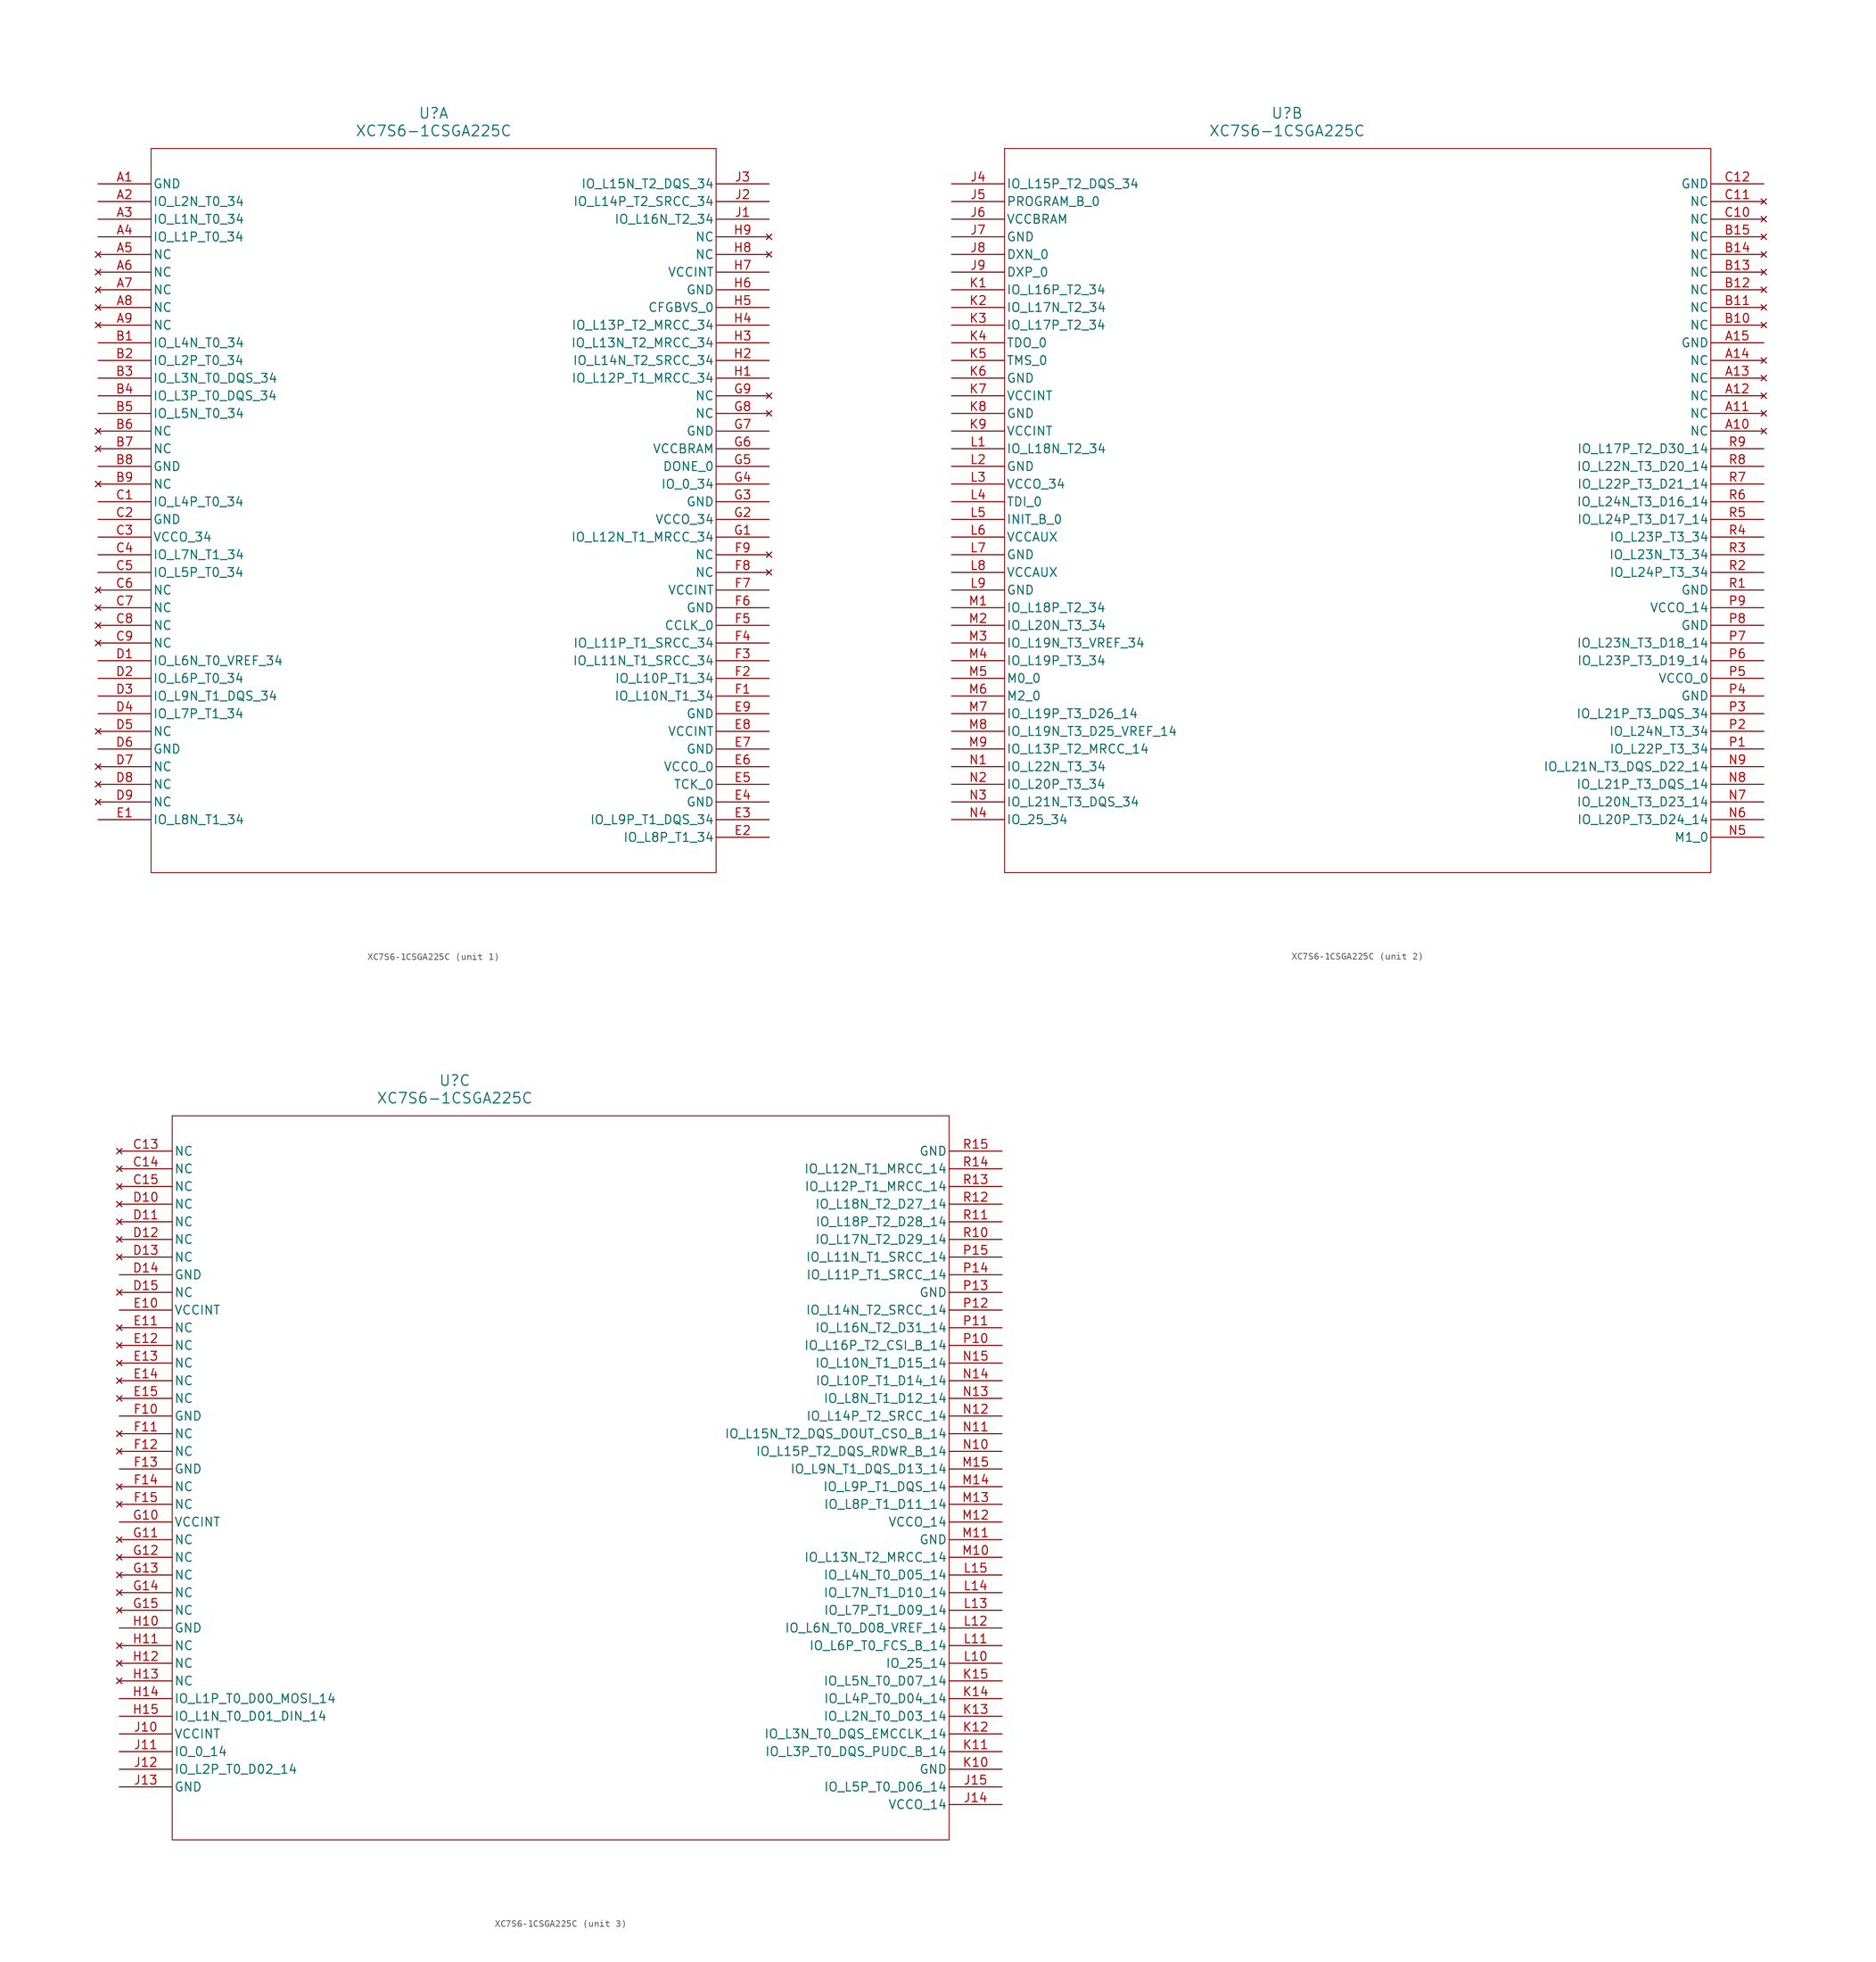
<source format=kicad_sym>
(kicad_symbol_lib
  (version 20211014)
  (generator kicad_symbol_editor)
  (symbol "XC7S6-1CSGA225C"
    (pin_names
      (offset 0.254))
    (property "Reference" "U"
      (at 48.26 10.16 0)
      (effects (font (size 1.524 1.524))))
    (property "Value" "XC7S6-1CSGA225C"
      (at 48.26 7.62 0)
      (effects (font (size 1.524 1.524))))
    (symbol "XC7S6-1CSGA225C_1_1"
      (polyline (pts (xy 7.62 5.08) (xy 7.62 -99.06)) (stroke (width 0.127) (type default) (color 0 0 0 0)) (fill (type none)))
      (polyline (pts (xy 7.62 -99.06) (xy 88.9 -99.06)) (stroke (width 0.127) (type default) (color 0 0 0 0)) (fill (type none)))
      (polyline (pts (xy 88.9 -99.06) (xy 88.9 5.08)) (stroke (width 0.127) (type default) (color 0 0 0 0)) (fill (type none)))
      (polyline (pts (xy 88.9 5.08) (xy 7.62 5.08)) (stroke (width 0.127) (type default) (color 0 0 0 0)) (fill (type none)))
      (pin power_out line (at 0 0 0) (length 7.62) (name "GND" (effects (font (size 1.27 1.27)))) (number "A1" (effects (font (size 1.27 1.27)))))
      (pin bidirectional line (at 0 -2.54 0) (length 7.62) (name "IO_L2N_T0_34" (effects (font (size 1.27 1.27)))) (number "A2" (effects (font (size 1.27 1.27)))))
      (pin bidirectional line (at 0 -5.08 0) (length 7.62) (name "IO_L1N_T0_34" (effects (font (size 1.27 1.27)))) (number "A3" (effects (font (size 1.27 1.27)))))
      (pin bidirectional line (at 0 -7.62 0) (length 7.62) (name "IO_L1P_T0_34" (effects (font (size 1.27 1.27)))) (number "A4" (effects (font (size 1.27 1.27)))))
      (pin no_connect line (at 0 -10.16 0) (length 7.62) (name "NC" (effects (font (size 1.27 1.27)))) (number "A5" (effects (font (size 1.27 1.27)))))
      (pin no_connect line (at 0 -12.7 0) (length 7.62) (name "NC" (effects (font (size 1.27 1.27)))) (number "A6" (effects (font (size 1.27 1.27)))))
      (pin no_connect line (at 0 -15.24 0) (length 7.62) (name "NC" (effects (font (size 1.27 1.27)))) (number "A7" (effects (font (size 1.27 1.27)))))
      (pin no_connect line (at 0 -17.78 0) (length 7.62) (name "NC" (effects (font (size 1.27 1.27)))) (number "A8" (effects (font (size 1.27 1.27)))))
      (pin no_connect line (at 0 -20.32 0) (length 7.62) (name "NC" (effects (font (size 1.27 1.27)))) (number "A9" (effects (font (size 1.27 1.27)))))
      (pin bidirectional line (at 0 -22.86 0) (length 7.62) (name "IO_L4N_T0_34" (effects (font (size 1.27 1.27)))) (number "B1" (effects (font (size 1.27 1.27)))))
      (pin bidirectional line (at 0 -25.4 0) (length 7.62) (name "IO_L2P_T0_34" (effects (font (size 1.27 1.27)))) (number "B2" (effects (font (size 1.27 1.27)))))
      (pin bidirectional line (at 0 -27.94 0) (length 7.62) (name "IO_L3N_T0_DQS_34" (effects (font (size 1.27 1.27)))) (number "B3" (effects (font (size 1.27 1.27)))))
      (pin bidirectional line (at 0 -30.48 0) (length 7.62) (name "IO_L3P_T0_DQS_34" (effects (font (size 1.27 1.27)))) (number "B4" (effects (font (size 1.27 1.27)))))
      (pin bidirectional line (at 0 -33.02 0) (length 7.62) (name "IO_L5N_T0_34" (effects (font (size 1.27 1.27)))) (number "B5" (effects (font (size 1.27 1.27)))))
      (pin no_connect line (at 0 -35.56 0) (length 7.62) (name "NC" (effects (font (size 1.27 1.27)))) (number "B6" (effects (font (size 1.27 1.27)))))
      (pin no_connect line (at 0 -38.1 0) (length 7.62) (name "NC" (effects (font (size 1.27 1.27)))) (number "B7" (effects (font (size 1.27 1.27)))))
      (pin power_out line (at 0 -40.64 0) (length 7.62) (name "GND" (effects (font (size 1.27 1.27)))) (number "B8" (effects (font (size 1.27 1.27)))))
      (pin no_connect line (at 0 -43.18 0) (length 7.62) (name "NC" (effects (font (size 1.27 1.27)))) (number "B9" (effects (font (size 1.27 1.27)))))
      (pin bidirectional line (at 0 -45.72 0) (length 7.62) (name "IO_L4P_T0_34" (effects (font (size 1.27 1.27)))) (number "C1" (effects (font (size 1.27 1.27)))))
      (pin power_out line (at 0 -48.26 0) (length 7.62) (name "GND" (effects (font (size 1.27 1.27)))) (number "C2" (effects (font (size 1.27 1.27)))))
      (pin power_in line (at 0 -50.8 0) (length 7.62) (name "VCCO_34" (effects (font (size 1.27 1.27)))) (number "C3" (effects (font (size 1.27 1.27)))))
      (pin bidirectional line (at 0 -53.34 0) (length 7.62) (name "IO_L7N_T1_34" (effects (font (size 1.27 1.27)))) (number "C4" (effects (font (size 1.27 1.27)))))
      (pin bidirectional line (at 0 -55.88 0) (length 7.62) (name "IO_L5P_T0_34" (effects (font (size 1.27 1.27)))) (number "C5" (effects (font (size 1.27 1.27)))))
      (pin no_connect line (at 0 -58.42 0) (length 7.62) (name "NC" (effects (font (size 1.27 1.27)))) (number "C6" (effects (font (size 1.27 1.27)))))
      (pin no_connect line (at 0 -60.96 0) (length 7.62) (name "NC" (effects (font (size 1.27 1.27)))) (number "C7" (effects (font (size 1.27 1.27)))))
      (pin no_connect line (at 0 -63.5 0) (length 7.62) (name "NC" (effects (font (size 1.27 1.27)))) (number "C8" (effects (font (size 1.27 1.27)))))
      (pin no_connect line (at 0 -66.04 0) (length 7.62) (name "NC" (effects (font (size 1.27 1.27)))) (number "C9" (effects (font (size 1.27 1.27)))))
      (pin bidirectional line (at 0 -68.58 0) (length 7.62) (name "IO_L6N_T0_VREF_34" (effects (font (size 1.27 1.27)))) (number "D1" (effects (font (size 1.27 1.27)))))
      (pin bidirectional line (at 0 -71.12 0) (length 7.62) (name "IO_L6P_T0_34" (effects (font (size 1.27 1.27)))) (number "D2" (effects (font (size 1.27 1.27)))))
      (pin bidirectional line (at 0 -73.66 0) (length 7.62) (name "IO_L9N_T1_DQS_34" (effects (font (size 1.27 1.27)))) (number "D3" (effects (font (size 1.27 1.27)))))
      (pin bidirectional line (at 0 -76.2 0) (length 7.62) (name "IO_L7P_T1_34" (effects (font (size 1.27 1.27)))) (number "D4" (effects (font (size 1.27 1.27)))))
      (pin no_connect line (at 0 -78.74 0) (length 7.62) (name "NC" (effects (font (size 1.27 1.27)))) (number "D5" (effects (font (size 1.27 1.27)))))
      (pin power_out line (at 0 -81.28 0) (length 7.62) (name "GND" (effects (font (size 1.27 1.27)))) (number "D6" (effects (font (size 1.27 1.27)))))
      (pin no_connect line (at 0 -83.82 0) (length 7.62) (name "NC" (effects (font (size 1.27 1.27)))) (number "D7" (effects (font (size 1.27 1.27)))))
      (pin no_connect line (at 0 -86.36 0) (length 7.62) (name "NC" (effects (font (size 1.27 1.27)))) (number "D8" (effects (font (size 1.27 1.27)))))
      (pin no_connect line (at 0 -88.9 0) (length 7.62) (name "NC" (effects (font (size 1.27 1.27)))) (number "D9" (effects (font (size 1.27 1.27)))))
      (pin bidirectional line (at 0 -91.44 0) (length 7.62) (name "IO_L8N_T1_34" (effects (font (size 1.27 1.27)))) (number "E1" (effects (font (size 1.27 1.27)))))
      (pin bidirectional line (at 96.52 -93.98 180) (length 7.62) (name "IO_L8P_T1_34" (effects (font (size 1.27 1.27)))) (number "E2" (effects (font (size 1.27 1.27)))))
      (pin bidirectional line (at 96.52 -91.44 180) (length 7.62) (name "IO_L9P_T1_DQS_34" (effects (font (size 1.27 1.27)))) (number "E3" (effects (font (size 1.27 1.27)))))
      (pin power_out line (at 96.52 -88.9 180) (length 7.62) (name "GND" (effects (font (size 1.27 1.27)))) (number "E4" (effects (font (size 1.27 1.27)))))
      (pin input line (at 96.52 -86.36 180) (length 7.62) (name "TCK_0" (effects (font (size 1.27 1.27)))) (number "E5" (effects (font (size 1.27 1.27)))))
      (pin power_in line (at 96.52 -83.82 180) (length 7.62) (name "VCCO_0" (effects (font (size 1.27 1.27)))) (number "E6" (effects (font (size 1.27 1.27)))))
      (pin power_out line (at 96.52 -81.28 180) (length 7.62) (name "GND" (effects (font (size 1.27 1.27)))) (number "E7" (effects (font (size 1.27 1.27)))))
      (pin power_in line (at 96.52 -78.74 180) (length 7.62) (name "VCCINT" (effects (font (size 1.27 1.27)))) (number "E8" (effects (font (size 1.27 1.27)))))
      (pin power_out line (at 96.52 -76.2 180) (length 7.62) (name "GND" (effects (font (size 1.27 1.27)))) (number "E9" (effects (font (size 1.27 1.27)))))
      (pin bidirectional line (at 96.52 -73.66 180) (length 7.62) (name "IO_L10N_T1_34" (effects (font (size 1.27 1.27)))) (number "F1" (effects (font (size 1.27 1.27)))))
      (pin bidirectional line (at 96.52 -71.12 180) (length 7.62) (name "IO_L10P_T1_34" (effects (font (size 1.27 1.27)))) (number "F2" (effects (font (size 1.27 1.27)))))
      (pin bidirectional line (at 96.52 -68.58 180) (length 7.62) (name "IO_L11N_T1_SRCC_34" (effects (font (size 1.27 1.27)))) (number "F3" (effects (font (size 1.27 1.27)))))
      (pin bidirectional line (at 96.52 -66.04 180) (length 7.62) (name "IO_L11P_T1_SRCC_34" (effects (font (size 1.27 1.27)))) (number "F4" (effects (font (size 1.27 1.27)))))
      (pin bidirectional line (at 96.52 -63.5 180) (length 7.62) (name "CCLK_0" (effects (font (size 1.27 1.27)))) (number "F5" (effects (font (size 1.27 1.27)))))
      (pin power_out line (at 96.52 -60.96 180) (length 7.62) (name "GND" (effects (font (size 1.27 1.27)))) (number "F6" (effects (font (size 1.27 1.27)))))
      (pin power_in line (at 96.52 -58.42 180) (length 7.62) (name "VCCINT" (effects (font (size 1.27 1.27)))) (number "F7" (effects (font (size 1.27 1.27)))))
      (pin no_connect line (at 96.52 -55.88 180) (length 7.62) (name "NC" (effects (font (size 1.27 1.27)))) (number "F8" (effects (font (size 1.27 1.27)))))
      (pin no_connect line (at 96.52 -53.34 180) (length 7.62) (name "NC" (effects (font (size 1.27 1.27)))) (number "F9" (effects (font (size 1.27 1.27)))))
      (pin bidirectional line (at 96.52 -50.8 180) (length 7.62) (name "IO_L12N_T1_MRCC_34" (effects (font (size 1.27 1.27)))) (number "G1" (effects (font (size 1.27 1.27)))))
      (pin power_in line (at 96.52 -48.26 180) (length 7.62) (name "VCCO_34" (effects (font (size 1.27 1.27)))) (number "G2" (effects (font (size 1.27 1.27)))))
      (pin power_out line (at 96.52 -45.72 180) (length 7.62) (name "GND" (effects (font (size 1.27 1.27)))) (number "G3" (effects (font (size 1.27 1.27)))))
      (pin bidirectional line (at 96.52 -43.18 180) (length 7.62) (name "IO_0_34" (effects (font (size 1.27 1.27)))) (number "G4" (effects (font (size 1.27 1.27)))))
      (pin bidirectional line (at 96.52 -40.64 180) (length 7.62) (name "DONE_0" (effects (font (size 1.27 1.27)))) (number "G5" (effects (font (size 1.27 1.27)))))
      (pin power_in line (at 96.52 -38.1 180) (length 7.62) (name "VCCBRAM" (effects (font (size 1.27 1.27)))) (number "G6" (effects (font (size 1.27 1.27)))))
      (pin power_out line (at 96.52 -35.56 180) (length 7.62) (name "GND" (effects (font (size 1.27 1.27)))) (number "G7" (effects (font (size 1.27 1.27)))))
      (pin no_connect line (at 96.52 -33.02 180) (length 7.62) (name "NC" (effects (font (size 1.27 1.27)))) (number "G8" (effects (font (size 1.27 1.27)))))
      (pin no_connect line (at 96.52 -30.48 180) (length 7.62) (name "NC" (effects (font (size 1.27 1.27)))) (number "G9" (effects (font (size 1.27 1.27)))))
      (pin bidirectional line (at 96.52 -27.94 180) (length 7.62) (name "IO_L12P_T1_MRCC_34" (effects (font (size 1.27 1.27)))) (number "H1" (effects (font (size 1.27 1.27)))))
      (pin bidirectional line (at 96.52 -25.4 180) (length 7.62) (name "IO_L14N_T2_SRCC_34" (effects (font (size 1.27 1.27)))) (number "H2" (effects (font (size 1.27 1.27)))))
      (pin bidirectional line (at 96.52 -22.86 180) (length 7.62) (name "IO_L13N_T2_MRCC_34" (effects (font (size 1.27 1.27)))) (number "H3" (effects (font (size 1.27 1.27)))))
      (pin bidirectional line (at 96.52 -20.32 180) (length 7.62) (name "IO_L13P_T2_MRCC_34" (effects (font (size 1.27 1.27)))) (number "H4" (effects (font (size 1.27 1.27)))))
      (pin input line (at 96.52 -17.78 180) (length 7.62) (name "CFGBVS_0" (effects (font (size 1.27 1.27)))) (number "H5" (effects (font (size 1.27 1.27)))))
      (pin power_out line (at 96.52 -15.24 180) (length 7.62) (name "GND" (effects (font (size 1.27 1.27)))) (number "H6" (effects (font (size 1.27 1.27)))))
      (pin power_in line (at 96.52 -12.7 180) (length 7.62) (name "VCCINT" (effects (font (size 1.27 1.27)))) (number "H7" (effects (font (size 1.27 1.27)))))
      (pin no_connect line (at 96.52 -10.16 180) (length 7.62) (name "NC" (effects (font (size 1.27 1.27)))) (number "H8" (effects (font (size 1.27 1.27)))))
      (pin no_connect line (at 96.52 -7.62 180) (length 7.62) (name "NC" (effects (font (size 1.27 1.27)))) (number "H9" (effects (font (size 1.27 1.27)))))
      (pin bidirectional line (at 96.52 -5.08 180) (length 7.62) (name "IO_L16N_T2_34" (effects (font (size 1.27 1.27)))) (number "J1" (effects (font (size 1.27 1.27)))))
      (pin bidirectional line (at 96.52 -2.54 180) (length 7.62) (name "IO_L14P_T2_SRCC_34" (effects (font (size 1.27 1.27)))) (number "J2" (effects (font (size 1.27 1.27)))))
      (pin bidirectional line (at 96.52 0 180) (length 7.62) (name "IO_L15N_T2_DQS_34" (effects (font (size 1.27 1.27)))) (number "J3" (effects (font (size 1.27 1.27))))))
    (symbol "XC7S6-1CSGA225C_2_1"
      (polyline (pts (xy 7.62 5.08) (xy 7.62 -99.06)) (stroke (width 0.127) (type default) (color 0 0 0 0)) (fill (type none)))
      (polyline (pts (xy 7.62 -99.06) (xy 109.22 -99.06)) (stroke (width 0.127) (type default) (color 0 0 0 0)) (fill (type none)))
      (polyline (pts (xy 109.22 -99.06) (xy 109.22 5.08)) (stroke (width 0.127) (type default) (color 0 0 0 0)) (fill (type none)))
      (polyline (pts (xy 109.22 5.08) (xy 7.62 5.08)) (stroke (width 0.127) (type default) (color 0 0 0 0)) (fill (type none)))
      (pin bidirectional line (at 0 0 0) (length 7.62) (name "IO_L15P_T2_DQS_34" (effects (font (size 1.27 1.27)))) (number "J4" (effects (font (size 1.27 1.27)))))
      (pin input line (at 0 -2.54 0) (length 7.62) (name "PROGRAM_B_0" (effects (font (size 1.27 1.27)))) (number "J5" (effects (font (size 1.27 1.27)))))
      (pin power_in line (at 0 -5.08 0) (length 7.62) (name "VCCBRAM" (effects (font (size 1.27 1.27)))) (number "J6" (effects (font (size 1.27 1.27)))))
      (pin power_out line (at 0 -7.62 0) (length 7.62) (name "GND" (effects (font (size 1.27 1.27)))) (number "J7" (effects (font (size 1.27 1.27)))))
      (pin unspecified line (at 0 -10.16 0) (length 7.62) (name "DXN_0" (effects (font (size 1.27 1.27)))) (number "J8" (effects (font (size 1.27 1.27)))))
      (pin unspecified line (at 0 -12.7 0) (length 7.62) (name "DXP_0" (effects (font (size 1.27 1.27)))) (number "J9" (effects (font (size 1.27 1.27)))))
      (pin bidirectional line (at 0 -15.24 0) (length 7.62) (name "IO_L16P_T2_34" (effects (font (size 1.27 1.27)))) (number "K1" (effects (font (size 1.27 1.27)))))
      (pin bidirectional line (at 0 -17.78 0) (length 7.62) (name "IO_L17N_T2_34" (effects (font (size 1.27 1.27)))) (number "K2" (effects (font (size 1.27 1.27)))))
      (pin bidirectional line (at 0 -20.32 0) (length 7.62) (name "IO_L17P_T2_34" (effects (font (size 1.27 1.27)))) (number "K3" (effects (font (size 1.27 1.27)))))
      (pin output line (at 0 -22.86 0) (length 7.62) (name "TDO_0" (effects (font (size 1.27 1.27)))) (number "K4" (effects (font (size 1.27 1.27)))))
      (pin input line (at 0 -25.4 0) (length 7.62) (name "TMS_0" (effects (font (size 1.27 1.27)))) (number "K5" (effects (font (size 1.27 1.27)))))
      (pin power_out line (at 0 -27.94 0) (length 7.62) (name "GND" (effects (font (size 1.27 1.27)))) (number "K6" (effects (font (size 1.27 1.27)))))
      (pin power_in line (at 0 -30.48 0) (length 7.62) (name "VCCINT" (effects (font (size 1.27 1.27)))) (number "K7" (effects (font (size 1.27 1.27)))))
      (pin power_out line (at 0 -33.02 0) (length 7.62) (name "GND" (effects (font (size 1.27 1.27)))) (number "K8" (effects (font (size 1.27 1.27)))))
      (pin power_in line (at 0 -35.56 0) (length 7.62) (name "VCCINT" (effects (font (size 1.27 1.27)))) (number "K9" (effects (font (size 1.27 1.27)))))
      (pin bidirectional line (at 0 -38.1 0) (length 7.62) (name "IO_L18N_T2_34" (effects (font (size 1.27 1.27)))) (number "L1" (effects (font (size 1.27 1.27)))))
      (pin power_out line (at 0 -40.64 0) (length 7.62) (name "GND" (effects (font (size 1.27 1.27)))) (number "L2" (effects (font (size 1.27 1.27)))))
      (pin power_in line (at 0 -43.18 0) (length 7.62) (name "VCCO_34" (effects (font (size 1.27 1.27)))) (number "L3" (effects (font (size 1.27 1.27)))))
      (pin input line (at 0 -45.72 0) (length 7.62) (name "TDI_0" (effects (font (size 1.27 1.27)))) (number "L4" (effects (font (size 1.27 1.27)))))
      (pin bidirectional line (at 0 -48.26 0) (length 7.62) (name "INIT_B_0" (effects (font (size 1.27 1.27)))) (number "L5" (effects (font (size 1.27 1.27)))))
      (pin power_in line (at 0 -50.8 0) (length 7.62) (name "VCCAUX" (effects (font (size 1.27 1.27)))) (number "L6" (effects (font (size 1.27 1.27)))))
      (pin power_out line (at 0 -53.34 0) (length 7.62) (name "GND" (effects (font (size 1.27 1.27)))) (number "L7" (effects (font (size 1.27 1.27)))))
      (pin power_in line (at 0 -55.88 0) (length 7.62) (name "VCCAUX" (effects (font (size 1.27 1.27)))) (number "L8" (effects (font (size 1.27 1.27)))))
      (pin power_out line (at 0 -58.42 0) (length 7.62) (name "GND" (effects (font (size 1.27 1.27)))) (number "L9" (effects (font (size 1.27 1.27)))))
      (pin bidirectional line (at 0 -60.96 0) (length 7.62) (name "IO_L18P_T2_34" (effects (font (size 1.27 1.27)))) (number "M1" (effects (font (size 1.27 1.27)))))
      (pin bidirectional line (at 0 -63.5 0) (length 7.62) (name "IO_L20N_T3_34" (effects (font (size 1.27 1.27)))) (number "M2" (effects (font (size 1.27 1.27)))))
      (pin bidirectional line (at 0 -66.04 0) (length 7.62) (name "IO_L19N_T3_VREF_34" (effects (font (size 1.27 1.27)))) (number "M3" (effects (font (size 1.27 1.27)))))
      (pin bidirectional line (at 0 -68.58 0) (length 7.62) (name "IO_L19P_T3_34" (effects (font (size 1.27 1.27)))) (number "M4" (effects (font (size 1.27 1.27)))))
      (pin input line (at 0 -71.12 0) (length 7.62) (name "M0_0" (effects (font (size 1.27 1.27)))) (number "M5" (effects (font (size 1.27 1.27)))))
      (pin input line (at 0 -73.66 0) (length 7.62) (name "M2_0" (effects (font (size 1.27 1.27)))) (number "M6" (effects (font (size 1.27 1.27)))))
      (pin bidirectional line (at 0 -76.2 0) (length 7.62) (name "IO_L19P_T3_D26_14" (effects (font (size 1.27 1.27)))) (number "M7" (effects (font (size 1.27 1.27)))))
      (pin bidirectional line (at 0 -78.74 0) (length 7.62) (name "IO_L19N_T3_D25_VREF_14" (effects (font (size 1.27 1.27)))) (number "M8" (effects (font (size 1.27 1.27)))))
      (pin bidirectional line (at 0 -81.28 0) (length 7.62) (name "IO_L13P_T2_MRCC_14" (effects (font (size 1.27 1.27)))) (number "M9" (effects (font (size 1.27 1.27)))))
      (pin bidirectional line (at 0 -83.82 0) (length 7.62) (name "IO_L22N_T3_34" (effects (font (size 1.27 1.27)))) (number "N1" (effects (font (size 1.27 1.27)))))
      (pin bidirectional line (at 0 -86.36 0) (length 7.62) (name "IO_L20P_T3_34" (effects (font (size 1.27 1.27)))) (number "N2" (effects (font (size 1.27 1.27)))))
      (pin bidirectional line (at 0 -88.9 0) (length 7.62) (name "IO_L21N_T3_DQS_34" (effects (font (size 1.27 1.27)))) (number "N3" (effects (font (size 1.27 1.27)))))
      (pin bidirectional line (at 0 -91.44 0) (length 7.62) (name "IO_25_34" (effects (font (size 1.27 1.27)))) (number "N4" (effects (font (size 1.27 1.27)))))
      (pin input line (at 116.84 -93.98 180) (length 7.62) (name "M1_0" (effects (font (size 1.27 1.27)))) (number "N5" (effects (font (size 1.27 1.27)))))
      (pin bidirectional line (at 116.84 -91.44 180) (length 7.62) (name "IO_L20P_T3_D24_14" (effects (font (size 1.27 1.27)))) (number "N6" (effects (font (size 1.27 1.27)))))
      (pin bidirectional line (at 116.84 -88.9 180) (length 7.62) (name "IO_L20N_T3_D23_14" (effects (font (size 1.27 1.27)))) (number "N7" (effects (font (size 1.27 1.27)))))
      (pin bidirectional line (at 116.84 -86.36 180) (length 7.62) (name "IO_L21P_T3_DQS_14" (effects (font (size 1.27 1.27)))) (number "N8" (effects (font (size 1.27 1.27)))))
      (pin bidirectional line (at 116.84 -83.82 180) (length 7.62) (name "IO_L21N_T3_DQS_D22_14" (effects (font (size 1.27 1.27)))) (number "N9" (effects (font (size 1.27 1.27)))))
      (pin bidirectional line (at 116.84 -81.28 180) (length 7.62) (name "IO_L22P_T3_34" (effects (font (size 1.27 1.27)))) (number "P1" (effects (font (size 1.27 1.27)))))
      (pin bidirectional line (at 116.84 -78.74 180) (length 7.62) (name "IO_L24N_T3_34" (effects (font (size 1.27 1.27)))) (number "P2" (effects (font (size 1.27 1.27)))))
      (pin bidirectional line (at 116.84 -76.2 180) (length 7.62) (name "IO_L21P_T3_DQS_34" (effects (font (size 1.27 1.27)))) (number "P3" (effects (font (size 1.27 1.27)))))
      (pin power_out line (at 116.84 -73.66 180) (length 7.62) (name "GND" (effects (font (size 1.27 1.27)))) (number "P4" (effects (font (size 1.27 1.27)))))
      (pin power_in line (at 116.84 -71.12 180) (length 7.62) (name "VCCO_0" (effects (font (size 1.27 1.27)))) (number "P5" (effects (font (size 1.27 1.27)))))
      (pin bidirectional line (at 116.84 -68.58 180) (length 7.62) (name "IO_L23P_T3_D19_14" (effects (font (size 1.27 1.27)))) (number "P6" (effects (font (size 1.27 1.27)))))
      (pin bidirectional line (at 116.84 -66.04 180) (length 7.62) (name "IO_L23N_T3_D18_14" (effects (font (size 1.27 1.27)))) (number "P7" (effects (font (size 1.27 1.27)))))
      (pin power_out line (at 116.84 -63.5 180) (length 7.62) (name "GND" (effects (font (size 1.27 1.27)))) (number "P8" (effects (font (size 1.27 1.27)))))
      (pin power_in line (at 116.84 -60.96 180) (length 7.62) (name "VCCO_14" (effects (font (size 1.27 1.27)))) (number "P9" (effects (font (size 1.27 1.27)))))
      (pin power_out line (at 116.84 -58.42 180) (length 7.62) (name "GND" (effects (font (size 1.27 1.27)))) (number "R1" (effects (font (size 1.27 1.27)))))
      (pin bidirectional line (at 116.84 -55.88 180) (length 7.62) (name "IO_L24P_T3_34" (effects (font (size 1.27 1.27)))) (number "R2" (effects (font (size 1.27 1.27)))))
      (pin bidirectional line (at 116.84 -53.34 180) (length 7.62) (name "IO_L23N_T3_34" (effects (font (size 1.27 1.27)))) (number "R3" (effects (font (size 1.27 1.27)))))
      (pin bidirectional line (at 116.84 -50.8 180) (length 7.62) (name "IO_L23P_T3_34" (effects (font (size 1.27 1.27)))) (number "R4" (effects (font (size 1.27 1.27)))))
      (pin bidirectional line (at 116.84 -48.26 180) (length 7.62) (name "IO_L24P_T3_D17_14" (effects (font (size 1.27 1.27)))) (number "R5" (effects (font (size 1.27 1.27)))))
      (pin bidirectional line (at 116.84 -45.72 180) (length 7.62) (name "IO_L24N_T3_D16_14" (effects (font (size 1.27 1.27)))) (number "R6" (effects (font (size 1.27 1.27)))))
      (pin bidirectional line (at 116.84 -43.18 180) (length 7.62) (name "IO_L22P_T3_D21_14" (effects (font (size 1.27 1.27)))) (number "R7" (effects (font (size 1.27 1.27)))))
      (pin bidirectional line (at 116.84 -40.64 180) (length 7.62) (name "IO_L22N_T3_D20_14" (effects (font (size 1.27 1.27)))) (number "R8" (effects (font (size 1.27 1.27)))))
      (pin bidirectional line (at 116.84 -38.1 180) (length 7.62) (name "IO_L17P_T2_D30_14" (effects (font (size 1.27 1.27)))) (number "R9" (effects (font (size 1.27 1.27)))))
      (pin no_connect line (at 116.84 -35.56 180) (length 7.62) (name "NC" (effects (font (size 1.27 1.27)))) (number "A10" (effects (font (size 1.27 1.27)))))
      (pin no_connect line (at 116.84 -33.02 180) (length 7.62) (name "NC" (effects (font (size 1.27 1.27)))) (number "A11" (effects (font (size 1.27 1.27)))))
      (pin no_connect line (at 116.84 -30.48 180) (length 7.62) (name "NC" (effects (font (size 1.27 1.27)))) (number "A12" (effects (font (size 1.27 1.27)))))
      (pin no_connect line (at 116.84 -27.94 180) (length 7.62) (name "NC" (effects (font (size 1.27 1.27)))) (number "A13" (effects (font (size 1.27 1.27)))))
      (pin no_connect line (at 116.84 -25.4 180) (length 7.62) (name "NC" (effects (font (size 1.27 1.27)))) (number "A14" (effects (font (size 1.27 1.27)))))
      (pin power_out line (at 116.84 -22.86 180) (length 7.62) (name "GND" (effects (font (size 1.27 1.27)))) (number "A15" (effects (font (size 1.27 1.27)))))
      (pin no_connect line (at 116.84 -20.32 180) (length 7.62) (name "NC" (effects (font (size 1.27 1.27)))) (number "B10" (effects (font (size 1.27 1.27)))))
      (pin no_connect line (at 116.84 -17.78 180) (length 7.62) (name "NC" (effects (font (size 1.27 1.27)))) (number "B11" (effects (font (size 1.27 1.27)))))
      (pin no_connect line (at 116.84 -15.24 180) (length 7.62) (name "NC" (effects (font (size 1.27 1.27)))) (number "B12" (effects (font (size 1.27 1.27)))))
      (pin no_connect line (at 116.84 -12.7 180) (length 7.62) (name "NC" (effects (font (size 1.27 1.27)))) (number "B13" (effects (font (size 1.27 1.27)))))
      (pin no_connect line (at 116.84 -10.16 180) (length 7.62) (name "NC" (effects (font (size 1.27 1.27)))) (number "B14" (effects (font (size 1.27 1.27)))))
      (pin no_connect line (at 116.84 -7.62 180) (length 7.62) (name "NC" (effects (font (size 1.27 1.27)))) (number "B15" (effects (font (size 1.27 1.27)))))
      (pin no_connect line (at 116.84 -5.08 180) (length 7.62) (name "NC" (effects (font (size 1.27 1.27)))) (number "C10" (effects (font (size 1.27 1.27)))))
      (pin no_connect line (at 116.84 -2.54 180) (length 7.62) (name "NC" (effects (font (size 1.27 1.27)))) (number "C11" (effects (font (size 1.27 1.27)))))
      (pin power_out line (at 116.84 0 180) (length 7.62) (name "GND" (effects (font (size 1.27 1.27)))) (number "C12" (effects (font (size 1.27 1.27))))))
    (symbol "XC7S6-1CSGA225C_3_1"
      (polyline (pts (xy 7.62 5.08) (xy 7.62 -99.06)) (stroke (width 0.127) (type default) (color 0 0 0 0)) (fill (type none)))
      (polyline (pts (xy 7.62 -99.06) (xy 119.38 -99.06)) (stroke (width 0.127) (type default) (color 0 0 0 0)) (fill (type none)))
      (polyline (pts (xy 119.38 -99.06) (xy 119.38 5.08)) (stroke (width 0.127) (type default) (color 0 0 0 0)) (fill (type none)))
      (polyline (pts (xy 119.38 5.08) (xy 7.62 5.08)) (stroke (width 0.127) (type default) (color 0 0 0 0)) (fill (type none)))
      (pin no_connect line (at 0 0 0) (length 7.62) (name "NC" (effects (font (size 1.27 1.27)))) (number "C13" (effects (font (size 1.27 1.27)))))
      (pin no_connect line (at 0 -2.54 0) (length 7.62) (name "NC" (effects (font (size 1.27 1.27)))) (number "C14" (effects (font (size 1.27 1.27)))))
      (pin no_connect line (at 0 -5.08 0) (length 7.62) (name "NC" (effects (font (size 1.27 1.27)))) (number "C15" (effects (font (size 1.27 1.27)))))
      (pin no_connect line (at 0 -7.62 0) (length 7.62) (name "NC" (effects (font (size 1.27 1.27)))) (number "D10" (effects (font (size 1.27 1.27)))))
      (pin no_connect line (at 0 -10.16 0) (length 7.62) (name "NC" (effects (font (size 1.27 1.27)))) (number "D11" (effects (font (size 1.27 1.27)))))
      (pin no_connect line (at 0 -12.7 0) (length 7.62) (name "NC" (effects (font (size 1.27 1.27)))) (number "D12" (effects (font (size 1.27 1.27)))))
      (pin no_connect line (at 0 -15.24 0) (length 7.62) (name "NC" (effects (font (size 1.27 1.27)))) (number "D13" (effects (font (size 1.27 1.27)))))
      (pin power_out line (at 0 -17.78 0) (length 7.62) (name "GND" (effects (font (size 1.27 1.27)))) (number "D14" (effects (font (size 1.27 1.27)))))
      (pin no_connect line (at 0 -20.32 0) (length 7.62) (name "NC" (effects (font (size 1.27 1.27)))) (number "D15" (effects (font (size 1.27 1.27)))))
      (pin power_in line (at 0 -22.86 0) (length 7.62) (name "VCCINT" (effects (font (size 1.27 1.27)))) (number "E10" (effects (font (size 1.27 1.27)))))
      (pin no_connect line (at 0 -25.4 0) (length 7.62) (name "NC" (effects (font (size 1.27 1.27)))) (number "E11" (effects (font (size 1.27 1.27)))))
      (pin no_connect line (at 0 -27.94 0) (length 7.62) (name "NC" (effects (font (size 1.27 1.27)))) (number "E12" (effects (font (size 1.27 1.27)))))
      (pin no_connect line (at 0 -30.48 0) (length 7.62) (name "NC" (effects (font (size 1.27 1.27)))) (number "E13" (effects (font (size 1.27 1.27)))))
      (pin no_connect line (at 0 -33.02 0) (length 7.62) (name "NC" (effects (font (size 1.27 1.27)))) (number "E14" (effects (font (size 1.27 1.27)))))
      (pin no_connect line (at 0 -35.56 0) (length 7.62) (name "NC" (effects (font (size 1.27 1.27)))) (number "E15" (effects (font (size 1.27 1.27)))))
      (pin power_out line (at 0 -38.1 0) (length 7.62) (name "GND" (effects (font (size 1.27 1.27)))) (number "F10" (effects (font (size 1.27 1.27)))))
      (pin no_connect line (at 0 -40.64 0) (length 7.62) (name "NC" (effects (font (size 1.27 1.27)))) (number "F11" (effects (font (size 1.27 1.27)))))
      (pin no_connect line (at 0 -43.18 0) (length 7.62) (name "NC" (effects (font (size 1.27 1.27)))) (number "F12" (effects (font (size 1.27 1.27)))))
      (pin power_out line (at 0 -45.72 0) (length 7.62) (name "GND" (effects (font (size 1.27 1.27)))) (number "F13" (effects (font (size 1.27 1.27)))))
      (pin no_connect line (at 0 -48.26 0) (length 7.62) (name "NC" (effects (font (size 1.27 1.27)))) (number "F14" (effects (font (size 1.27 1.27)))))
      (pin no_connect line (at 0 -50.8 0) (length 7.62) (name "NC" (effects (font (size 1.27 1.27)))) (number "F15" (effects (font (size 1.27 1.27)))))
      (pin power_in line (at 0 -53.34 0) (length 7.62) (name "VCCINT" (effects (font (size 1.27 1.27)))) (number "G10" (effects (font (size 1.27 1.27)))))
      (pin no_connect line (at 0 -55.88 0) (length 7.62) (name "NC" (effects (font (size 1.27 1.27)))) (number "G11" (effects (font (size 1.27 1.27)))))
      (pin no_connect line (at 0 -58.42 0) (length 7.62) (name "NC" (effects (font (size 1.27 1.27)))) (number "G12" (effects (font (size 1.27 1.27)))))
      (pin no_connect line (at 0 -60.96 0) (length 7.62) (name "NC" (effects (font (size 1.27 1.27)))) (number "G13" (effects (font (size 1.27 1.27)))))
      (pin no_connect line (at 0 -63.5 0) (length 7.62) (name "NC" (effects (font (size 1.27 1.27)))) (number "G14" (effects (font (size 1.27 1.27)))))
      (pin no_connect line (at 0 -66.04 0) (length 7.62) (name "NC" (effects (font (size 1.27 1.27)))) (number "G15" (effects (font (size 1.27 1.27)))))
      (pin power_out line (at 0 -68.58 0) (length 7.62) (name "GND" (effects (font (size 1.27 1.27)))) (number "H10" (effects (font (size 1.27 1.27)))))
      (pin no_connect line (at 0 -71.12 0) (length 7.62) (name "NC" (effects (font (size 1.27 1.27)))) (number "H11" (effects (font (size 1.27 1.27)))))
      (pin no_connect line (at 0 -73.66 0) (length 7.62) (name "NC" (effects (font (size 1.27 1.27)))) (number "H12" (effects (font (size 1.27 1.27)))))
      (pin no_connect line (at 0 -76.2 0) (length 7.62) (name "NC" (effects (font (size 1.27 1.27)))) (number "H13" (effects (font (size 1.27 1.27)))))
      (pin bidirectional line (at 0 -78.74 0) (length 7.62) (name "IO_L1P_T0_D00_MOSI_14" (effects (font (size 1.27 1.27)))) (number "H14" (effects (font (size 1.27 1.27)))))
      (pin bidirectional line (at 0 -81.28 0) (length 7.62) (name "IO_L1N_T0_D01_DIN_14" (effects (font (size 1.27 1.27)))) (number "H15" (effects (font (size 1.27 1.27)))))
      (pin power_in line (at 0 -83.82 0) (length 7.62) (name "VCCINT" (effects (font (size 1.27 1.27)))) (number "J10" (effects (font (size 1.27 1.27)))))
      (pin bidirectional line (at 0 -86.36 0) (length 7.62) (name "IO_0_14" (effects (font (size 1.27 1.27)))) (number "J11" (effects (font (size 1.27 1.27)))))
      (pin bidirectional line (at 0 -88.9 0) (length 7.62) (name "IO_L2P_T0_D02_14" (effects (font (size 1.27 1.27)))) (number "J12" (effects (font (size 1.27 1.27)))))
      (pin power_out line (at 0 -91.44 0) (length 7.62) (name "GND" (effects (font (size 1.27 1.27)))) (number "J13" (effects (font (size 1.27 1.27)))))
      (pin power_in line (at 127 -93.98 180) (length 7.62) (name "VCCO_14" (effects (font (size 1.27 1.27)))) (number "J14" (effects (font (size 1.27 1.27)))))
      (pin bidirectional line (at 127 -91.44 180) (length 7.62) (name "IO_L5P_T0_D06_14" (effects (font (size 1.27 1.27)))) (number "J15" (effects (font (size 1.27 1.27)))))
      (pin power_out line (at 127 -88.9 180) (length 7.62) (name "GND" (effects (font (size 1.27 1.27)))) (number "K10" (effects (font (size 1.27 1.27)))))
      (pin bidirectional line (at 127 -86.36 180) (length 7.62) (name "IO_L3P_T0_DQS_PUDC_B_14" (effects (font (size 1.27 1.27)))) (number "K11" (effects (font (size 1.27 1.27)))))
      (pin bidirectional line (at 127 -83.82 180) (length 7.62) (name "IO_L3N_T0_DQS_EMCCLK_14" (effects (font (size 1.27 1.27)))) (number "K12" (effects (font (size 1.27 1.27)))))
      (pin bidirectional line (at 127 -81.28 180) (length 7.62) (name "IO_L2N_T0_D03_14" (effects (font (size 1.27 1.27)))) (number "K13" (effects (font (size 1.27 1.27)))))
      (pin bidirectional line (at 127 -78.74 180) (length 7.62) (name "IO_L4P_T0_D04_14" (effects (font (size 1.27 1.27)))) (number "K14" (effects (font (size 1.27 1.27)))))
      (pin bidirectional line (at 127 -76.2 180) (length 7.62) (name "IO_L5N_T0_D07_14" (effects (font (size 1.27 1.27)))) (number "K15" (effects (font (size 1.27 1.27)))))
      (pin bidirectional line (at 127 -73.66 180) (length 7.62) (name "IO_25_14" (effects (font (size 1.27 1.27)))) (number "L10" (effects (font (size 1.27 1.27)))))
      (pin bidirectional line (at 127 -71.12 180) (length 7.62) (name "IO_L6P_T0_FCS_B_14" (effects (font (size 1.27 1.27)))) (number "L11" (effects (font (size 1.27 1.27)))))
      (pin bidirectional line (at 127 -68.58 180) (length 7.62) (name "IO_L6N_T0_D08_VREF_14" (effects (font (size 1.27 1.27)))) (number "L12" (effects (font (size 1.27 1.27)))))
      (pin bidirectional line (at 127 -66.04 180) (length 7.62) (name "IO_L7P_T1_D09_14" (effects (font (size 1.27 1.27)))) (number "L13" (effects (font (size 1.27 1.27)))))
      (pin bidirectional line (at 127 -63.5 180) (length 7.62) (name "IO_L7N_T1_D10_14" (effects (font (size 1.27 1.27)))) (number "L14" (effects (font (size 1.27 1.27)))))
      (pin bidirectional line (at 127 -60.96 180) (length 7.62) (name "IO_L4N_T0_D05_14" (effects (font (size 1.27 1.27)))) (number "L15" (effects (font (size 1.27 1.27)))))
      (pin bidirectional line (at 127 -58.42 180) (length 7.62) (name "IO_L13N_T2_MRCC_14" (effects (font (size 1.27 1.27)))) (number "M10" (effects (font (size 1.27 1.27)))))
      (pin power_out line (at 127 -55.88 180) (length 7.62) (name "GND" (effects (font (size 1.27 1.27)))) (number "M11" (effects (font (size 1.27 1.27)))))
      (pin power_in line (at 127 -53.34 180) (length 7.62) (name "VCCO_14" (effects (font (size 1.27 1.27)))) (number "M12" (effects (font (size 1.27 1.27)))))
      (pin bidirectional line (at 127 -50.8 180) (length 7.62) (name "IO_L8P_T1_D11_14" (effects (font (size 1.27 1.27)))) (number "M13" (effects (font (size 1.27 1.27)))))
      (pin bidirectional line (at 127 -48.26 180) (length 7.62) (name "IO_L9P_T1_DQS_14" (effects (font (size 1.27 1.27)))) (number "M14" (effects (font (size 1.27 1.27)))))
      (pin bidirectional line (at 127 -45.72 180) (length 7.62) (name "IO_L9N_T1_DQS_D13_14" (effects (font (size 1.27 1.27)))) (number "M15" (effects (font (size 1.27 1.27)))))
      (pin bidirectional line (at 127 -43.18 180) (length 7.62) (name "IO_L15P_T2_DQS_RDWR_B_14" (effects (font (size 1.27 1.27)))) (number "N10" (effects (font (size 1.27 1.27)))))
      (pin bidirectional line (at 127 -40.64 180) (length 7.62) (name "IO_L15N_T2_DQS_DOUT_CSO_B_14" (effects (font (size 1.27 1.27)))) (number "N11" (effects (font (size 1.27 1.27)))))
      (pin bidirectional line (at 127 -38.1 180) (length 7.62) (name "IO_L14P_T2_SRCC_14" (effects (font (size 1.27 1.27)))) (number "N12" (effects (font (size 1.27 1.27)))))
      (pin bidirectional line (at 127 -35.56 180) (length 7.62) (name "IO_L8N_T1_D12_14" (effects (font (size 1.27 1.27)))) (number "N13" (effects (font (size 1.27 1.27)))))
      (pin bidirectional line (at 127 -33.02 180) (length 7.62) (name "IO_L10P_T1_D14_14" (effects (font (size 1.27 1.27)))) (number "N14" (effects (font (size 1.27 1.27)))))
      (pin bidirectional line (at 127 -30.48 180) (length 7.62) (name "IO_L10N_T1_D15_14" (effects (font (size 1.27 1.27)))) (number "N15" (effects (font (size 1.27 1.27)))))
      (pin bidirectional line (at 127 -27.94 180) (length 7.62) (name "IO_L16P_T2_CSI_B_14" (effects (font (size 1.27 1.27)))) (number "P10" (effects (font (size 1.27 1.27)))))
      (pin bidirectional line (at 127 -25.4 180) (length 7.62) (name "IO_L16N_T2_D31_14" (effects (font (size 1.27 1.27)))) (number "P11" (effects (font (size 1.27 1.27)))))
      (pin bidirectional line (at 127 -22.86 180) (length 7.62) (name "IO_L14N_T2_SRCC_14" (effects (font (size 1.27 1.27)))) (number "P12" (effects (font (size 1.27 1.27)))))
      (pin power_out line (at 127 -20.32 180) (length 7.62) (name "GND" (effects (font (size 1.27 1.27)))) (number "P13" (effects (font (size 1.27 1.27)))))
      (pin bidirectional line (at 127 -17.78 180) (length 7.62) (name "IO_L11P_T1_SRCC_14" (effects (font (size 1.27 1.27)))) (number "P14" (effects (font (size 1.27 1.27)))))
      (pin bidirectional line (at 127 -15.24 180) (length 7.62) (name "IO_L11N_T1_SRCC_14" (effects (font (size 1.27 1.27)))) (number "P15" (effects (font (size 1.27 1.27)))))
      (pin bidirectional line (at 127 -12.7 180) (length 7.62) (name "IO_L17N_T2_D29_14" (effects (font (size 1.27 1.27)))) (number "R10" (effects (font (size 1.27 1.27)))))
      (pin bidirectional line (at 127 -10.16 180) (length 7.62) (name "IO_L18P_T2_D28_14" (effects (font (size 1.27 1.27)))) (number "R11" (effects (font (size 1.27 1.27)))))
      (pin bidirectional line (at 127 -7.62 180) (length 7.62) (name "IO_L18N_T2_D27_14" (effects (font (size 1.27 1.27)))) (number "R12" (effects (font (size 1.27 1.27)))))
      (pin bidirectional line (at 127 -5.08 180) (length 7.62) (name "IO_L12P_T1_MRCC_14" (effects (font (size 1.27 1.27)))) (number "R13" (effects (font (size 1.27 1.27)))))
      (pin bidirectional line (at 127 -2.54 180) (length 7.62) (name "IO_L12N_T1_MRCC_14" (effects (font (size 1.27 1.27)))) (number "R14" (effects (font (size 1.27 1.27)))))
      (pin power_out line (at 127 0 180) (length 7.62) (name "GND" (effects (font (size 1.27 1.27)))) (number "R15" (effects (font (size 1.27 1.27))))))))
</source>
